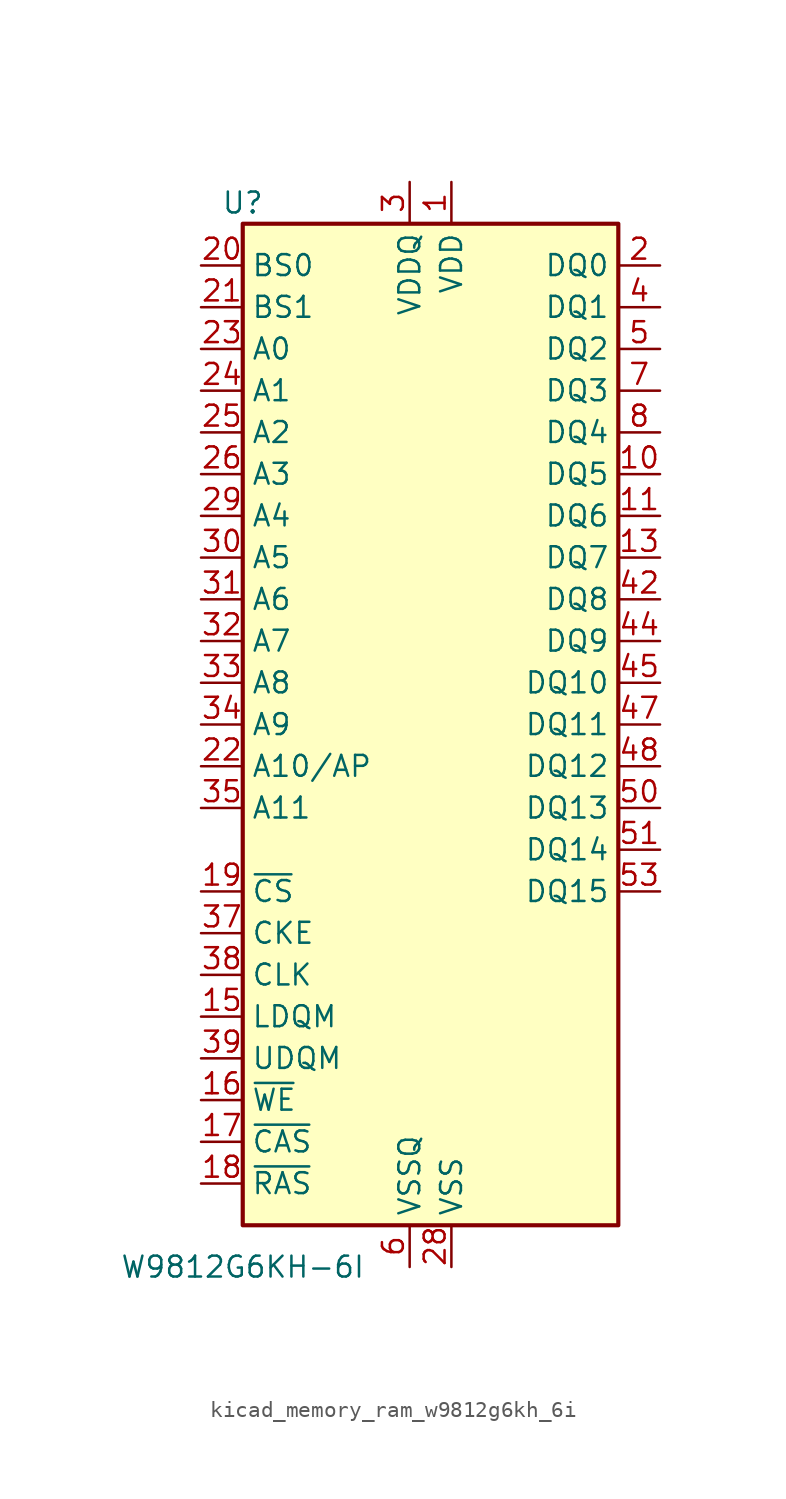
<source format=kicad_sym>
(kicad_symbol_lib
  (version 20220914)
  (generator kicad_symbol_editor)
  (symbol "kicad_memory_ram_w9812g6kh_6i"
    (property "Reference" "U"
      (at -10.16 31.75 0)
      (effects (font (size 1.27 1.27))))
    (property "Value" "W9812G6KH-6I"
      (at -10.16 -33.02 0)
      (effects (font (size 1.27 1.27))))
    (symbol "kicad_memory_ram_w9812g6kh_6i_1_1"
      (rectangle (start -10.16 30.48) (end 12.7 -30.48) (stroke (width 0.254) (type default)) (fill (type background)))
      (pin power_in line (at 2.54 33.02 270) (length 2.54) (name "VDD" (effects (font (size 1.27 1.27)))) (number "1" (effects (font (size 1.27 1.27)))))
      (pin bidirectional line (at 15.24 15.24 180) (length 2.54) (name "DQ5" (effects (font (size 1.27 1.27)))) (number "10" (effects (font (size 1.27 1.27)))))
      (pin bidirectional line (at 15.24 12.7 180) (length 2.54) (name "DQ6" (effects (font (size 1.27 1.27)))) (number "11" (effects (font (size 1.27 1.27)))))
      (pin passive line (at 0 -33.02 90) (length 2.54) hide (name "VSSQ" (effects (font (size 1.27 1.27)))) (number "12" (effects (font (size 1.27 1.27)))))
      (pin bidirectional line (at 15.24 10.16 180) (length 2.54) (name "DQ7" (effects (font (size 1.27 1.27)))) (number "13" (effects (font (size 1.27 1.27)))))
      (pin passive line (at 2.54 33.02 270) (length 2.54) hide (name "VDD" (effects (font (size 1.27 1.27)))) (number "14" (effects (font (size 1.27 1.27)))))
      (pin input line (at -12.7 -17.78 0) (length 2.54) (name "LDQM" (effects (font (size 1.27 1.27)))) (number "15" (effects (font (size 1.27 1.27)))))
      (pin input line (at -12.7 -22.86 0) (length 2.54) (name "~{WE}" (effects (font (size 1.27 1.27)))) (number "16" (effects (font (size 1.27 1.27)))))
      (pin input line (at -12.7 -25.4 0) (length 2.54) (name "~{CAS}" (effects (font (size 1.27 1.27)))) (number "17" (effects (font (size 1.27 1.27)))))
      (pin input line (at -12.7 -27.94 0) (length 2.54) (name "~{RAS}" (effects (font (size 1.27 1.27)))) (number "18" (effects (font (size 1.27 1.27)))))
      (pin input line (at -12.7 -10.16 0) (length 2.54) (name "~{CS}" (effects (font (size 1.27 1.27)))) (number "19" (effects (font (size 1.27 1.27)))))
      (pin bidirectional line (at 15.24 27.94 180) (length 2.54) (name "DQ0" (effects (font (size 1.27 1.27)))) (number "2" (effects (font (size 1.27 1.27)))))
      (pin input line (at -12.7 27.94 0) (length 2.54) (name "BS0" (effects (font (size 1.27 1.27)))) (number "20" (effects (font (size 1.27 1.27)))))
      (pin input line (at -12.7 25.4 0) (length 2.54) (name "BS1" (effects (font (size 1.27 1.27)))) (number "21" (effects (font (size 1.27 1.27)))))
      (pin input line (at -12.7 -2.54 0) (length 2.54) (name "A10/AP" (effects (font (size 1.27 1.27)))) (number "22" (effects (font (size 1.27 1.27)))))
      (pin input line (at -12.7 22.86 0) (length 2.54) (name "A0" (effects (font (size 1.27 1.27)))) (number "23" (effects (font (size 1.27 1.27)))))
      (pin input line (at -12.7 20.32 0) (length 2.54) (name "A1" (effects (font (size 1.27 1.27)))) (number "24" (effects (font (size 1.27 1.27)))))
      (pin input line (at -12.7 17.78 0) (length 2.54) (name "A2" (effects (font (size 1.27 1.27)))) (number "25" (effects (font (size 1.27 1.27)))))
      (pin input line (at -12.7 15.24 0) (length 2.54) (name "A3" (effects (font (size 1.27 1.27)))) (number "26" (effects (font (size 1.27 1.27)))))
      (pin passive line (at 2.54 33.02 270) (length 2.54) hide (name "VDD" (effects (font (size 1.27 1.27)))) (number "27" (effects (font (size 1.27 1.27)))))
      (pin power_in line (at 2.54 -33.02 90) (length 2.54) (name "VSS" (effects (font (size 1.27 1.27)))) (number "28" (effects (font (size 1.27 1.27)))))
      (pin input line (at -12.7 12.7 0) (length 2.54) (name "A4" (effects (font (size 1.27 1.27)))) (number "29" (effects (font (size 1.27 1.27)))))
      (pin power_in line (at 0 33.02 270) (length 2.54) (name "VDDQ" (effects (font (size 1.27 1.27)))) (number "3" (effects (font (size 1.27 1.27)))))
      (pin input line (at -12.7 10.16 0) (length 2.54) (name "A5" (effects (font (size 1.27 1.27)))) (number "30" (effects (font (size 1.27 1.27)))))
      (pin input line (at -12.7 7.62 0) (length 2.54) (name "A6" (effects (font (size 1.27 1.27)))) (number "31" (effects (font (size 1.27 1.27)))))
      (pin input line (at -12.7 5.08 0) (length 2.54) (name "A7" (effects (font (size 1.27 1.27)))) (number "32" (effects (font (size 1.27 1.27)))))
      (pin input line (at -12.7 2.54 0) (length 2.54) (name "A8" (effects (font (size 1.27 1.27)))) (number "33" (effects (font (size 1.27 1.27)))))
      (pin input line (at -12.7 0 0) (length 2.54) (name "A9" (effects (font (size 1.27 1.27)))) (number "34" (effects (font (size 1.27 1.27)))))
      (pin input line (at -12.7 -5.08 0) (length 2.54) (name "A11" (effects (font (size 1.27 1.27)))) (number "35" (effects (font (size 1.27 1.27)))))
      (pin no_connect line (at 12.7 -15.24 180) (length 2.54) hide (name "NC" (effects (font (size 1.27 1.27)))) (number "36" (effects (font (size 1.27 1.27)))))
      (pin input line (at -12.7 -12.7 0) (length 2.54) (name "CKE" (effects (font (size 1.27 1.27)))) (number "37" (effects (font (size 1.27 1.27)))))
      (pin input line (at -12.7 -15.24 0) (length 2.54) (name "CLK" (effects (font (size 1.27 1.27)))) (number "38" (effects (font (size 1.27 1.27)))))
      (pin input line (at -12.7 -20.32 0) (length 2.54) (name "UDQM" (effects (font (size 1.27 1.27)))) (number "39" (effects (font (size 1.27 1.27)))))
      (pin bidirectional line (at 15.24 25.4 180) (length 2.54) (name "DQ1" (effects (font (size 1.27 1.27)))) (number "4" (effects (font (size 1.27 1.27)))))
      (pin no_connect line (at 12.7 -17.78 180) (length 2.54) hide (name "NC" (effects (font (size 1.27 1.27)))) (number "40" (effects (font (size 1.27 1.27)))))
      (pin passive line (at 2.54 -33.02 90) (length 2.54) hide (name "VSS" (effects (font (size 1.27 1.27)))) (number "41" (effects (font (size 1.27 1.27)))))
      (pin bidirectional line (at 15.24 7.62 180) (length 2.54) (name "DQ8" (effects (font (size 1.27 1.27)))) (number "42" (effects (font (size 1.27 1.27)))))
      (pin passive line (at 0 33.02 270) (length 2.54) hide (name "VDDQ" (effects (font (size 1.27 1.27)))) (number "43" (effects (font (size 1.27 1.27)))))
      (pin bidirectional line (at 15.24 5.08 180) (length 2.54) (name "DQ9" (effects (font (size 1.27 1.27)))) (number "44" (effects (font (size 1.27 1.27)))))
      (pin bidirectional line (at 15.24 2.54 180) (length 2.54) (name "DQ10" (effects (font (size 1.27 1.27)))) (number "45" (effects (font (size 1.27 1.27)))))
      (pin passive line (at 0 -33.02 90) (length 2.54) hide (name "VSSQ" (effects (font (size 1.27 1.27)))) (number "46" (effects (font (size 1.27 1.27)))))
      (pin bidirectional line (at 15.24 0 180) (length 2.54) (name "DQ11" (effects (font (size 1.27 1.27)))) (number "47" (effects (font (size 1.27 1.27)))))
      (pin bidirectional line (at 15.24 -2.54 180) (length 2.54) (name "DQ12" (effects (font (size 1.27 1.27)))) (number "48" (effects (font (size 1.27 1.27)))))
      (pin passive line (at 0 33.02 270) (length 2.54) hide (name "VDDQ" (effects (font (size 1.27 1.27)))) (number "49" (effects (font (size 1.27 1.27)))))
      (pin bidirectional line (at 15.24 22.86 180) (length 2.54) (name "DQ2" (effects (font (size 1.27 1.27)))) (number "5" (effects (font (size 1.27 1.27)))))
      (pin bidirectional line (at 15.24 -5.08 180) (length 2.54) (name "DQ13" (effects (font (size 1.27 1.27)))) (number "50" (effects (font (size 1.27 1.27)))))
      (pin bidirectional line (at 15.24 -7.62 180) (length 2.54) (name "DQ14" (effects (font (size 1.27 1.27)))) (number "51" (effects (font (size 1.27 1.27)))))
      (pin passive line (at 0 -33.02 90) (length 2.54) hide (name "VSSQ" (effects (font (size 1.27 1.27)))) (number "52" (effects (font (size 1.27 1.27)))))
      (pin bidirectional line (at 15.24 -10.16 180) (length 2.54) (name "DQ15" (effects (font (size 1.27 1.27)))) (number "53" (effects (font (size 1.27 1.27)))))
      (pin passive line (at 2.54 -33.02 90) (length 2.54) hide (name "VSS" (effects (font (size 1.27 1.27)))) (number "54" (effects (font (size 1.27 1.27)))))
      (pin power_in line (at 0 -33.02 90) (length 2.54) (name "VSSQ" (effects (font (size 1.27 1.27)))) (number "6" (effects (font (size 1.27 1.27)))))
      (pin bidirectional line (at 15.24 20.32 180) (length 2.54) (name "DQ3" (effects (font (size 1.27 1.27)))) (number "7" (effects (font (size 1.27 1.27)))))
      (pin bidirectional line (at 15.24 17.78 180) (length 2.54) (name "DQ4" (effects (font (size 1.27 1.27)))) (number "8" (effects (font (size 1.27 1.27)))))
      (pin passive line (at 0 33.02 270) (length 2.54) hide (name "VDDQ" (effects (font (size 1.27 1.27)))) (number "9" (effects (font (size 1.27 1.27))))))))
</source>
